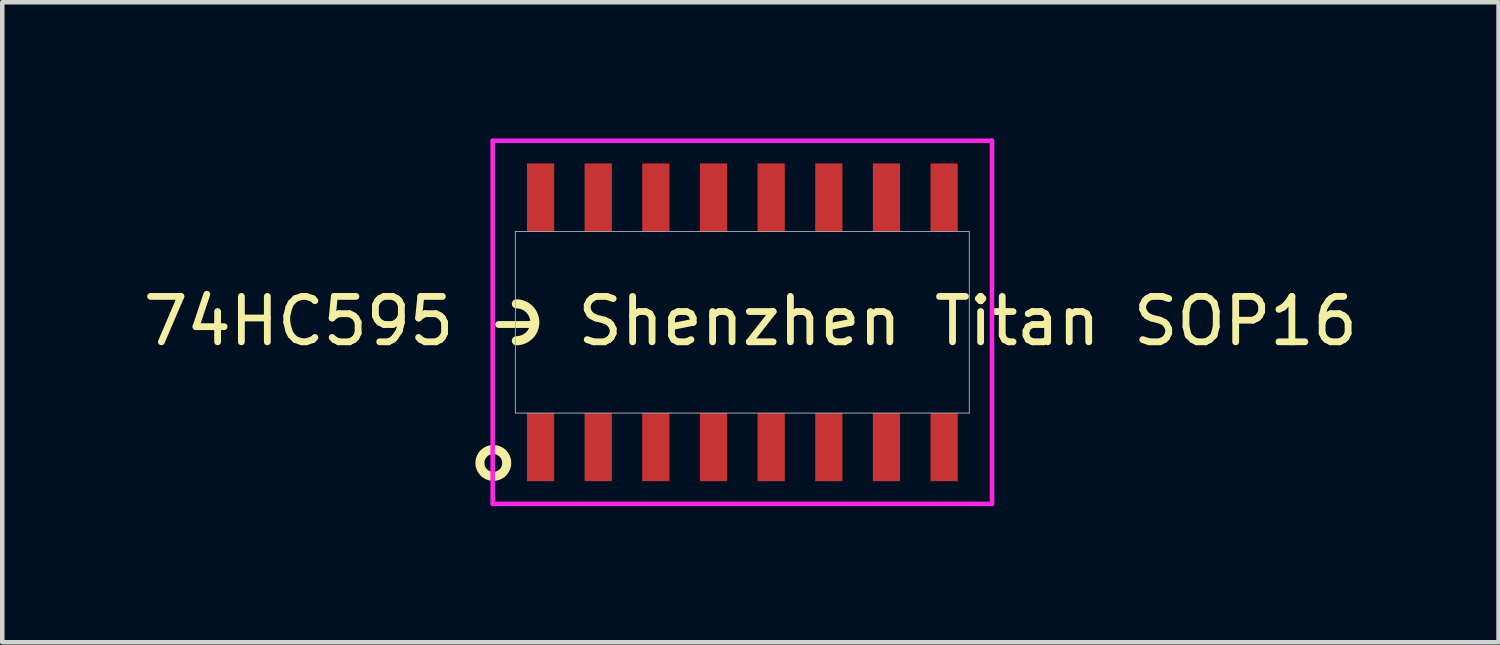
<source format=kicad_pcb>
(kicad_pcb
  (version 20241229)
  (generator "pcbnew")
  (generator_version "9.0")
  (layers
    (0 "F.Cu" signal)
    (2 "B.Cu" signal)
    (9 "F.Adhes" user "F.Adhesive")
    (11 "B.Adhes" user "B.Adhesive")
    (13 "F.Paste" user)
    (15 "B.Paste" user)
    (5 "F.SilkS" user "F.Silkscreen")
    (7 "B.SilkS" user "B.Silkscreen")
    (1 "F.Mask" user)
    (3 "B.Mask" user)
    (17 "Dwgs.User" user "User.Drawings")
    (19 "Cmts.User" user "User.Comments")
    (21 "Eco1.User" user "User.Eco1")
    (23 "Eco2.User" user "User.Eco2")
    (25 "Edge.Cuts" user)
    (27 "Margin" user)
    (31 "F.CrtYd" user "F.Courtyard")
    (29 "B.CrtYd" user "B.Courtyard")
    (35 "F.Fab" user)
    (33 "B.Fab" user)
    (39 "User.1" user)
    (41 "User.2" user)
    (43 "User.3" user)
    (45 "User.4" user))
  (footprint "74HC595 - Shenzhen Titan SOP16"
    (layer "F.Cu")
    (at 13.304 4.05)
    (property "Reference" "74HC595 - Shenzhen Titan SOP16" (at 0.178 -0.025 0) (layer "F.SilkS") (effects (font (size 1 1) (thickness 0.15))))
    (attr through_hole)
    (fp_arc (start -4.9784 -0.4064) (mid -4.572 0) (end -4.9784 0.4064) (stroke (width 0.2) (type solid)) (layer "F.SilkS"))
    (fp_circle (center -5.486 3.099) (end -5.19 3.099) (stroke (width 0.2) (type solid)) (fill no) (layer "F.SilkS"))
    (fp_line (start -5.5 -4) (end -5.5 4) (stroke (width 0.1) (type solid)) (layer "F.CrtYd"))
    (fp_line (start 5.5 -4) (end -5.5 -4) (stroke (width 0.1) (type solid)) (layer "F.CrtYd"))
    (fp_line (start 5.5 -4) (end 5.5 4) (stroke (width 0.1) (type solid)) (layer "F.CrtYd"))
    (fp_line (start 5.5 4) (end -5.5 4) (stroke (width 0.1) (type solid)) (layer "F.CrtYd"))
    (fp_line (start -5 -2) (end -5 2) (stroke (width 0.02) (type solid)) (layer "F.Fab"))
    (fp_line (start -5 -2) (end 5 -2) (stroke (width 0.02) (type solid)) (layer "F.Fab"))
    (fp_line (start -5 2) (end 5 2) (stroke (width 0.02) (type solid)) (layer "F.Fab"))
    (fp_line (start 5 -2) (end 5 2) (stroke (width 0.02) (type solid)) (layer "F.Fab"))
    (pad "1" smd rect (at -4.445 2.75) (size 0.6 1.5) (layers "F.Cu" "F.Mask" "F.Paste"))
    (pad "2" smd rect (at -3.175 2.75) (size 0.6 1.5) (layers "F.Cu" "F.Mask" "F.Paste"))
    (pad "3" smd rect (at -1.905 2.75) (size 0.6 1.5) (layers "F.Cu" "F.Mask" "F.Paste"))
    (pad "4" smd rect (at -0.635 2.75) (size 0.6 1.5) (layers "F.Cu" "F.Mask" "F.Paste"))
    (pad "5" smd rect (at 0.635 2.75) (size 0.6 1.5) (layers "F.Cu" "F.Mask" "F.Paste"))
    (pad "6" smd rect (at 1.905 2.75) (size 0.6 1.5) (layers "F.Cu" "F.Mask" "F.Paste"))
    (pad "7" smd rect (at 3.175 2.75) (size 0.6 1.5) (layers "F.Cu" "F.Mask" "F.Paste"))
    (pad "8" smd rect (at 4.445 2.75) (size 0.6 1.5) (layers "F.Cu" "F.Mask" "F.Paste"))
    (pad "9" smd rect (at 4.445 -2.75) (size 0.6 1.5) (layers "F.Cu" "F.Mask" "F.Paste"))
    (pad "10" smd rect (at 3.175 -2.75) (size 0.6 1.5) (layers "F.Cu" "F.Mask" "F.Paste"))
    (pad "11" smd rect (at 1.905 -2.75) (size 0.6 1.5) (layers "F.Cu" "F.Mask" "F.Paste"))
    (pad "12" smd rect (at 0.635 -2.75) (size 0.6 1.5) (layers "F.Cu" "F.Mask" "F.Paste"))
    (pad "13" smd rect (at -0.635 -2.75) (size 0.6 1.5) (layers "F.Cu" "F.Mask" "F.Paste"))
    (pad "14" smd rect (at -1.905 -2.75) (size 0.6 1.5) (layers "F.Cu" "F.Mask" "F.Paste"))
    (pad "15" smd rect (at -3.175 -2.75) (size 0.6 1.5) (layers "F.Cu" "F.Mask" "F.Paste"))
    (pad "16" smd rect (at -4.445 -2.75) (size 0.6 1.5) (layers "F.Cu" "F.Mask" "F.Paste")))
  (gr_rect
    (start -3 -3)
    (end 29.964 11.1)
    (stroke (width 0.1) (type default))
    (fill no)
    (layer "Edge.Cuts")))
</source>
